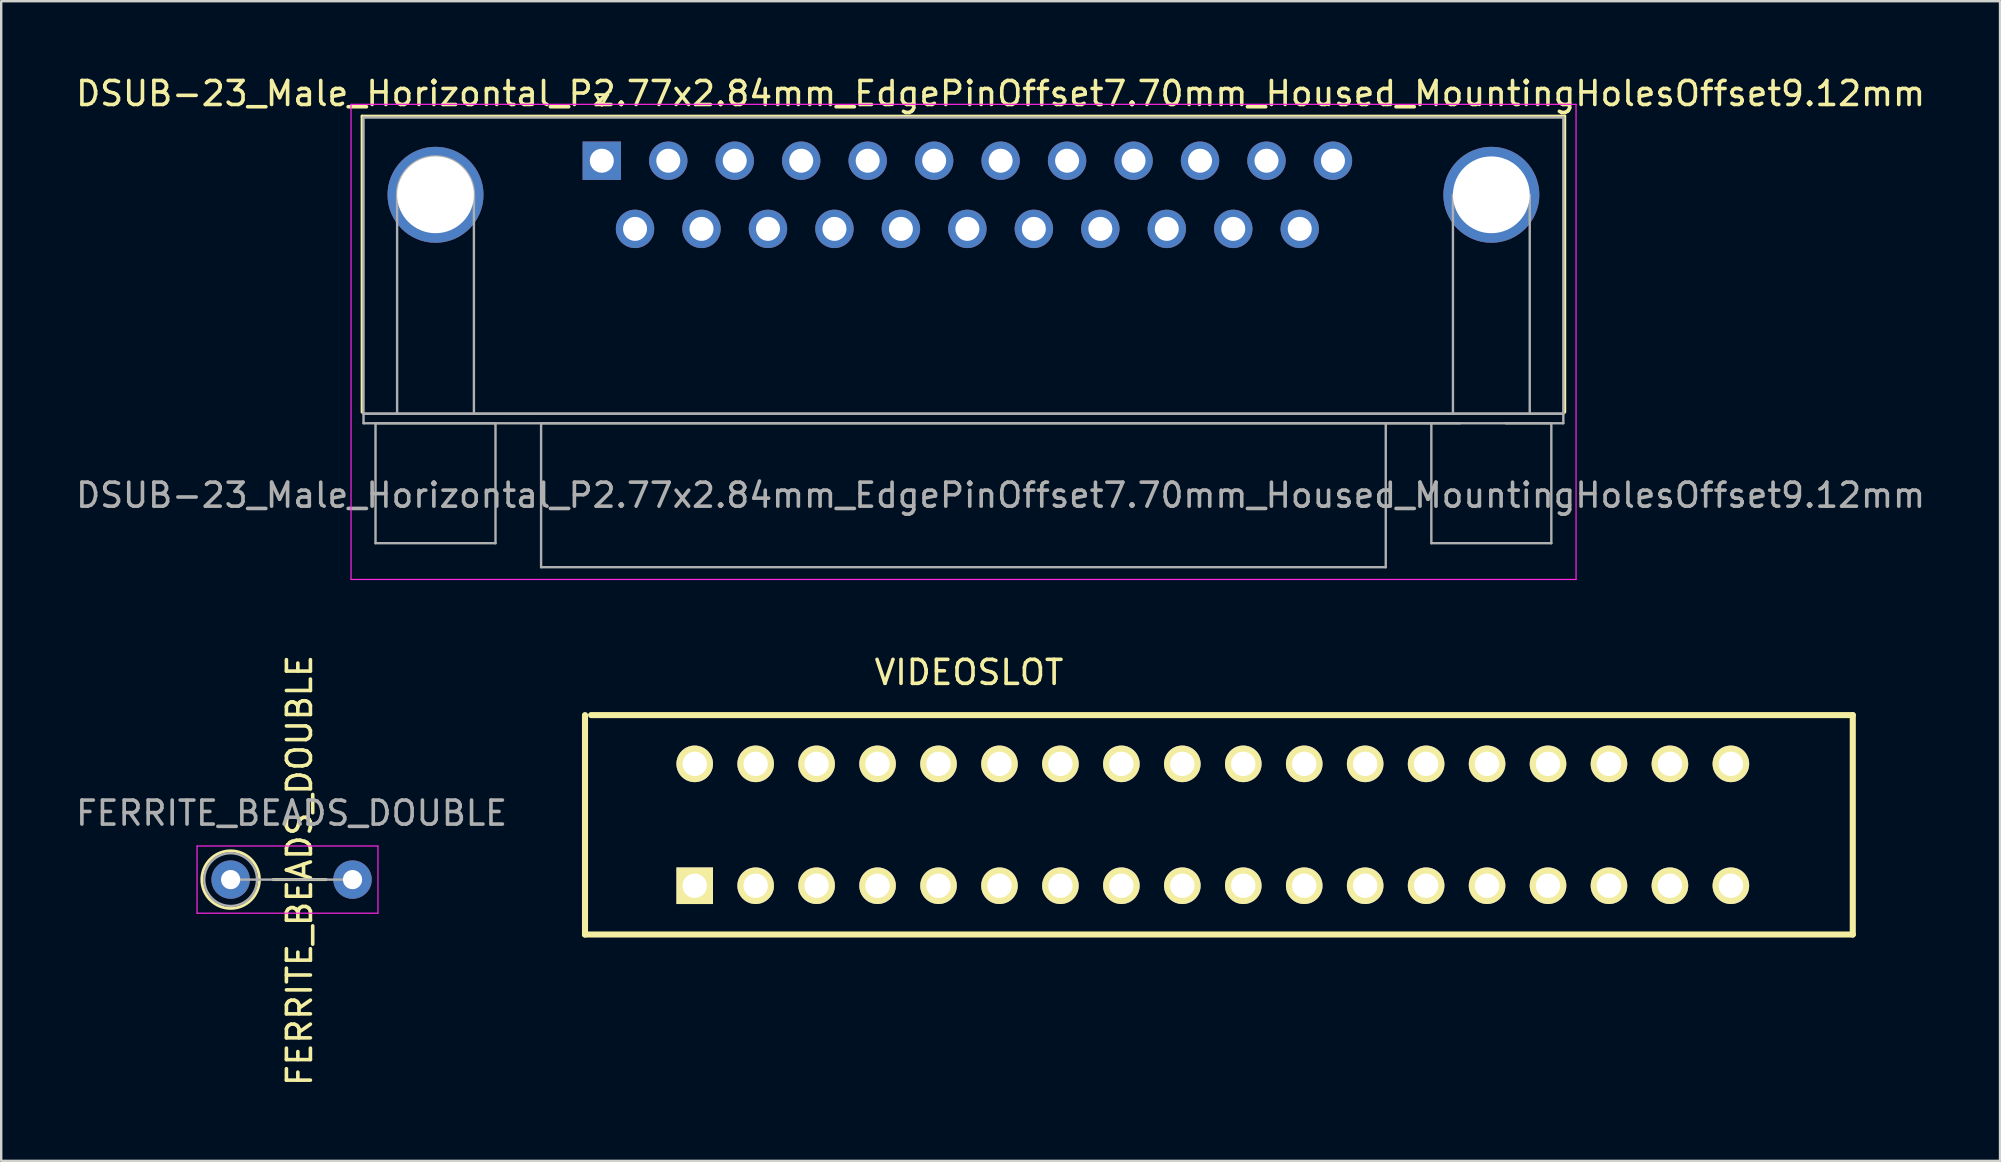
<source format=kicad_pcb>
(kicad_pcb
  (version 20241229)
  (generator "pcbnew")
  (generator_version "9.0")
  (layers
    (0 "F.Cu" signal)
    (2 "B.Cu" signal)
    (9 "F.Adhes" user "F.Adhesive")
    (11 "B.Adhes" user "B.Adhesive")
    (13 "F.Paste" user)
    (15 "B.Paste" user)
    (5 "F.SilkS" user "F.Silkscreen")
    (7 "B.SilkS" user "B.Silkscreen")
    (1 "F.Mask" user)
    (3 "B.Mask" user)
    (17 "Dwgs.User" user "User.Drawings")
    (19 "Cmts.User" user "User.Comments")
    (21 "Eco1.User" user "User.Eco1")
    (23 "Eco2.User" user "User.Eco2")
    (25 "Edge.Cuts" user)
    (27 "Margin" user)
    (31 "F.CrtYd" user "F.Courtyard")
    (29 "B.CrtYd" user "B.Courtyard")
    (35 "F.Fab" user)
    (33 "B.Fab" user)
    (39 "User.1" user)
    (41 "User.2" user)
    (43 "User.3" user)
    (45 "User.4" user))
  (footprint "FERRITE_BEADS_DOUBLE"
    (layer "F.Cu")
    (at 6.561 33.606)
    (property "Reference" "FERRITE_BEADS_DOUBLE" (at 2.87 -0.381 270) (layer "F.SilkS") (effects (font (size 1 1) (thickness 0.15))))
    (attr through_hole)
    (fp_line (start 1.77 0) (end 3.98 0) (stroke (width 0.12) (type solid)) (layer "F.SilkS"))
    (fp_circle (center 0 0) (end 1.2 0) (stroke (width 0.12) (type solid)) (fill no) (layer "F.SilkS"))
    (fp_line (start -1.4 -1.4) (end -1.4 1.4) (stroke (width 0.05) (type solid)) (layer "F.CrtYd"))
    (fp_line (start -1.4 1.4) (end 6.14 1.4) (stroke (width 0.05) (type solid)) (layer "F.CrtYd"))
    (fp_line (start 6.14 -1.4) (end -1.4 -1.4) (stroke (width 0.05) (type solid)) (layer "F.CrtYd"))
    (fp_line (start 6.14 1.4) (end 6.14 -1.4) (stroke (width 0.05) (type solid)) (layer "F.CrtYd"))
    (fp_line (start 0 0) (end 5.08 0) (stroke (width 0.1) (type solid)) (layer "F.Fab"))
    (fp_circle (center 0 0) (end 1.1 0) (stroke (width 0.1) (type solid)) (fill no) (layer "F.Fab"))
    (fp_text user "${REFERENCE}" (at 2.54 -2.77 0) (layer "F.Fab") (effects (font (size 1 1) (thickness 0.15))))
    (pad "1" thru_hole circle (at 0 0) (size 1.6 1.6) (drill 0.8) (layers "*.Cu" "*.Mask"))
    (pad "2" thru_hole oval (at 5.08 0) (size 1.6 1.6) (drill 0.8) (layers "*.Cu" "*.Mask")))
  (footprint "VIDEOSLOT"
    (layer "F.Cu")
    (at 51.301 28.782)
    (property "Reference" "VIDEOSLOT" (at -13.97 -3.81 0) (layer "F.SilkS") (effects (font (size 1 1) (thickness 0.15))))
    (attr through_hole)
    (fp_line (start -29.972 -2.032) (end -29.972 7.112) (stroke (width 0.254) (type solid)) (layer "F.SilkS"))
    (fp_line (start -29.718 -2.032) (end 22.86 -2.032) (stroke (width 0.254) (type solid)) (layer "F.SilkS"))
    (fp_line (start 22.86 -2.032) (end 22.86 7.112) (stroke (width 0.254) (type solid)) (layer "F.SilkS"))
    (fp_line (start 22.86 7.112) (end -29.972 7.112) (stroke (width 0.254) (type solid)) (layer "F.SilkS"))
    (pad "1" thru_hole rect (at -25.4 5.08 180) (size 1.524 1.524) (drill 1.016) (layers "*.Cu" "*.Mask" "F.SilkS"))
    (pad "2" thru_hole circle (at -25.4 0 180) (size 1.524 1.524) (drill 1.016) (layers "*.Cu" "*.Mask" "F.SilkS"))
    (pad "3" thru_hole circle (at -22.86 5.08 180) (size 1.524 1.524) (drill 1.016) (layers "*.Cu" "*.Mask" "F.SilkS"))
    (pad "4" thru_hole circle (at -22.86 0 180) (size 1.524 1.524) (drill 1.016) (layers "*.Cu" "*.Mask" "F.SilkS"))
    (pad "5" thru_hole circle (at -20.32 5.08 180) (size 1.524 1.524) (drill 1.016) (layers "*.Cu" "*.Mask" "F.SilkS"))
    (pad "6" thru_hole circle (at -20.32 0 180) (size 1.524 1.524) (drill 1.016) (layers "*.Cu" "*.Mask" "F.SilkS"))
    (pad "7" thru_hole circle (at -17.78 5.08 180) (size 1.524 1.524) (drill 1.016) (layers "*.Cu" "*.Mask" "F.SilkS"))
    (pad "8" thru_hole circle (at -17.78 0 180) (size 1.524 1.524) (drill 1.016) (layers "*.Cu" "*.Mask" "F.SilkS"))
    (pad "9" thru_hole circle (at -15.24 5.08 180) (size 1.524 1.524) (drill 1.016) (layers "*.Cu" "*.Mask" "F.SilkS"))
    (pad "10" thru_hole circle (at -15.24 0 180) (size 1.524 1.524) (drill 1.016) (layers "*.Cu" "*.Mask" "F.SilkS"))
    (pad "11" thru_hole circle (at -12.7 5.08 180) (size 1.524 1.524) (drill 1.016) (layers "*.Cu" "*.Mask" "F.SilkS"))
    (pad "12" thru_hole circle (at -12.7 0 180) (size 1.524 1.524) (drill 1.016) (layers "*.Cu" "*.Mask" "F.SilkS"))
    (pad "13" thru_hole circle (at -10.16 5.08 180) (size 1.524 1.524) (drill 1.016) (layers "*.Cu" "*.Mask" "F.SilkS"))
    (pad "14" thru_hole circle (at -10.16 0 180) (size 1.524 1.524) (drill 1.016) (layers "*.Cu" "*.Mask" "F.SilkS"))
    (pad "15" thru_hole circle (at -7.62 5.08 180) (size 1.524 1.524) (drill 1.016) (layers "*.Cu" "*.Mask" "F.SilkS"))
    (pad "16" thru_hole circle (at -7.62 0 180) (size 1.524 1.524) (drill 1.016) (layers "*.Cu" "*.Mask" "F.SilkS"))
    (pad "17" thru_hole circle (at -5.08 5.08 180) (size 1.524 1.524) (drill 1.016) (layers "*.Cu" "*.Mask" "F.SilkS"))
    (pad "18" thru_hole circle (at -5.08 0 180) (size 1.524 1.524) (drill 1.016) (layers "*.Cu" "*.Mask" "F.SilkS"))
    (pad "19" thru_hole circle (at -2.54 5.08 180) (size 1.524 1.524) (drill 1.016) (layers "*.Cu" "*.Mask" "F.SilkS"))
    (pad "20" thru_hole circle (at -2.54 0 180) (size 1.524 1.524) (drill 1.016) (layers "*.Cu" "*.Mask" "F.SilkS"))
    (pad "21" thru_hole circle (at 0 5.08 180) (size 1.524 1.524) (drill 1.016) (layers "*.Cu" "*.Mask" "F.SilkS"))
    (pad "22" thru_hole circle (at 0 0 180) (size 1.524 1.524) (drill 1.016) (layers "*.Cu" "*.Mask" "F.SilkS"))
    (pad "23" thru_hole circle (at 2.54 5.08 180) (size 1.524 1.524) (drill 1.016) (layers "*.Cu" "*.Mask" "F.SilkS"))
    (pad "24" thru_hole circle (at 2.54 0 180) (size 1.524 1.524) (drill 1.016) (layers "*.Cu" "*.Mask" "F.SilkS"))
    (pad "25" thru_hole circle (at 5.08 5.08 180) (size 1.524 1.524) (drill 1.016) (layers "*.Cu" "*.Mask" "F.SilkS"))
    (pad "26" thru_hole circle (at 5.08 0 180) (size 1.524 1.524) (drill 1.016) (layers "*.Cu" "*.Mask" "F.SilkS"))
    (pad "27" thru_hole circle (at 7.62 5.08 180) (size 1.524 1.524) (drill 1.016) (layers "*.Cu" "*.Mask" "F.SilkS"))
    (pad "28" thru_hole circle (at 7.62 0 180) (size 1.524 1.524) (drill 1.016) (layers "*.Cu" "*.Mask" "F.SilkS"))
    (pad "29" thru_hole circle (at 10.16 5.08 180) (size 1.524 1.524) (drill 1.016) (layers "*.Cu" "*.Mask" "F.SilkS"))
    (pad "30" thru_hole circle (at 10.16 0 180) (size 1.524 1.524) (drill 1.016) (layers "*.Cu" "*.Mask" "F.SilkS"))
    (pad "31" thru_hole circle (at 12.7 5.08 180) (size 1.524 1.524) (drill 1.016) (layers "*.Cu" "*.Mask" "F.SilkS"))
    (pad "32" thru_hole circle (at 12.7 0 180) (size 1.524 1.524) (drill 1.016) (layers "*.Cu" "*.Mask" "F.SilkS"))
    (pad "33" thru_hole circle (at 15.24 5.08 180) (size 1.524 1.524) (drill 1.016) (layers "*.Cu" "*.Mask" "F.SilkS"))
    (pad "34" thru_hole circle (at 15.24 0 180) (size 1.524 1.524) (drill 1.016) (layers "*.Cu" "*.Mask" "F.SilkS"))
    (pad "35" thru_hole circle (at 17.78 5.08 180) (size 1.524 1.524) (drill 1.016) (layers "*.Cu" "*.Mask" "F.SilkS"))
    (pad "36" thru_hole circle (at 17.78 0 180) (size 1.524 1.524) (drill 1.016) (layers "*.Cu" "*.Mask" "F.SilkS")))
  (footprint "DSUB-23_Male_Horizontal_P2.77x2.84mm_EdgePinOffset7.70mm_Housed_MountingHolesOffset9.12mm"
    (layer "F.Cu")
    (at 22.029 3.648)
    (property "Reference" "DSUB-23_Male_Horizontal_P2.77x2.84mm_EdgePinOffset7.70mm_Housed_MountingHolesOffset9.12mm" (at 16.62 -2.8 0) (layer "F.SilkS") (effects (font (size 1 1) (thickness 0.15))))
    (attr through_hole)
    (fp_line (start -9.99 -1.86) (end 40.13 -1.86) (stroke (width 0.12) (type solid)) (layer "F.SilkS"))
    (fp_line (start -9.99 10.48) (end -9.99 -1.86) (stroke (width 0.12) (type solid)) (layer "F.SilkS"))
    (fp_line (start -0.25 -2.754) (end 0.25 -2.754) (stroke (width 0.12) (type solid)) (layer "F.SilkS"))
    (fp_line (start 0 -2.321) (end -0.25 -2.754) (stroke (width 0.12) (type solid)) (layer "F.SilkS"))
    (fp_line (start 0.25 -2.754) (end 0 -2.321) (stroke (width 0.12) (type solid)) (layer "F.SilkS"))
    (fp_line (start 40.13 -1.86) (end 40.13 10.48) (stroke (width 0.12) (type solid)) (layer "F.SilkS"))
    (fp_line (start -10.45 -2.35) (end -10.45 17.45) (stroke (width 0.05) (type solid)) (layer "F.CrtYd"))
    (fp_line (start -10.45 17.45) (end 40.6 17.45) (stroke (width 0.05) (type solid)) (layer "F.CrtYd"))
    (fp_line (start 40.6 -2.35) (end -10.45 -2.35) (stroke (width 0.05) (type solid)) (layer "F.CrtYd"))
    (fp_line (start 40.6 17.45) (end 40.6 -2.35) (stroke (width 0.05) (type solid)) (layer "F.CrtYd"))
    (fp_line (start -9.93 -1.8) (end -9.93 10.54) (stroke (width 0.1) (type solid)) (layer "F.Fab"))
    (fp_line (start -9.93 10.54) (end -9.93 10.94) (stroke (width 0.1) (type solid)) (layer "F.Fab"))
    (fp_line (start -9.93 10.54) (end 40.07 10.54) (stroke (width 0.1) (type solid)) (layer "F.Fab"))
    (fp_line (start -9.93 10.94) (end 40.07 10.94) (stroke (width 0.1) (type solid)) (layer "F.Fab"))
    (fp_line (start -9.43 10.94) (end -9.43 15.94) (stroke (width 0.1) (type solid)) (layer "F.Fab"))
    (fp_line (start -9.43 15.94) (end -4.43 15.94) (stroke (width 0.1) (type solid)) (layer "F.Fab"))
    (fp_line (start -8.53 10.54) (end -8.53 1.42) (stroke (width 0.1) (type solid)) (layer "F.Fab"))
    (fp_line (start -5.33 10.54) (end -5.33 1.42) (stroke (width 0.1) (type solid)) (layer "F.Fab"))
    (fp_line (start -4.43 10.94) (end -9.43 10.94) (stroke (width 0.1) (type solid)) (layer "F.Fab"))
    (fp_line (start -4.43 15.94) (end -4.43 10.94) (stroke (width 0.1) (type solid)) (layer "F.Fab"))
    (fp_line (start -2.53 10.94) (end -2.53 16.94) (stroke (width 0.1) (type solid)) (layer "F.Fab"))
    (fp_line (start -2.53 16.94) (end 32.67 16.94) (stroke (width 0.1) (type solid)) (layer "F.Fab"))
    (fp_line (start 32.67 16.94) (end 32.67 10.94) (stroke (width 0.1) (type solid)) (layer "F.Fab"))
    (fp_line (start 34.57 10.94) (end 34.57 15.94) (stroke (width 0.1) (type solid)) (layer "F.Fab"))
    (fp_line (start 34.57 15.94) (end 39.57 15.94) (stroke (width 0.1) (type solid)) (layer "F.Fab"))
    (fp_line (start 35.47 10.54) (end 35.47 1.42) (stroke (width 0.1) (type solid)) (layer "F.Fab"))
    (fp_line (start 35.77 10.94) (end -2.53 10.94) (stroke (width 0.1) (type solid)) (layer "F.Fab"))
    (fp_line (start 38.67 10.54) (end 38.67 1.42) (stroke (width 0.1) (type solid)) (layer "F.Fab"))
    (fp_line (start 39.57 10.94) (end 37.67 10.94) (stroke (width 0.1) (type solid)) (layer "F.Fab"))
    (fp_line (start 39.57 15.94) (end 39.57 10.94) (stroke (width 0.1) (type solid)) (layer "F.Fab"))
    (fp_line (start 40.07 -1.8) (end -9.93 -1.8) (stroke (width 0.1) (type solid)) (layer "F.Fab"))
    (fp_line (start 40.07 10.54) (end -9.93 10.54) (stroke (width 0.1) (type solid)) (layer "F.Fab"))
    (fp_line (start 40.07 10.54) (end 40.07 -1.8) (stroke (width 0.1) (type solid)) (layer "F.Fab"))
    (fp_line (start 40.07 10.94) (end 40.07 10.54) (stroke (width 0.1) (type solid)) (layer "F.Fab"))
    (fp_arc (start -8.53 1.42) (mid -6.93 -0.18) (end -5.33 1.42) (stroke (width 0.1) (type solid)) (layer "F.Fab"))
    (fp_arc (start 38.57 1.42) (mid 37.07 2.92) (end 35.57 1.42) (stroke (width 0.1) (type solid)) (layer "F.Fab"))
    (fp_text user "${REFERENCE}" (at 16.62 13.94 0) (layer "F.Fab") (effects (font (size 1 1) (thickness 0.15))))
    (pad "0" thru_hole circle (at -6.93 1.42) (size 4 4) (drill 3.2) (layers "*.Cu" "*.Mask"))
    (pad "0" thru_hole circle (at 37.07 1.42) (size 4 4) (drill 3.2) (layers "*.Cu" "*.Mask"))
    (pad "1" thru_hole rect (at 0 0) (size 1.6 1.6) (drill 1) (layers "*.Cu" "*.Mask"))
    (pad "2" thru_hole circle (at 2.77 0) (size 1.6 1.6) (drill 1) (layers "*.Cu" "*.Mask"))
    (pad "3" thru_hole circle (at 5.54 0) (size 1.6 1.6) (drill 1) (layers "*.Cu" "*.Mask"))
    (pad "4" thru_hole circle (at 8.31 0) (size 1.6 1.6) (drill 1) (layers "*.Cu" "*.Mask"))
    (pad "5" thru_hole circle (at 11.08 0) (size 1.6 1.6) (drill 1) (layers "*.Cu" "*.Mask"))
    (pad "6" thru_hole circle (at 13.85 0) (size 1.6 1.6) (drill 1) (layers "*.Cu" "*.Mask"))
    (pad "7" thru_hole circle (at 16.62 0) (size 1.6 1.6) (drill 1) (layers "*.Cu" "*.Mask"))
    (pad "8" thru_hole circle (at 19.39 0) (size 1.6 1.6) (drill 1) (layers "*.Cu" "*.Mask"))
    (pad "9" thru_hole circle (at 22.16 0) (size 1.6 1.6) (drill 1) (layers "*.Cu" "*.Mask"))
    (pad "10" thru_hole circle (at 24.93 0) (size 1.6 1.6) (drill 1) (layers "*.Cu" "*.Mask"))
    (pad "11" thru_hole circle (at 27.7 0) (size 1.6 1.6) (drill 1) (layers "*.Cu" "*.Mask"))
    (pad "12" thru_hole circle (at 30.47 0) (size 1.6 1.6) (drill 1) (layers "*.Cu" "*.Mask"))
    (pad "13" thru_hole circle (at 1.385 2.84) (size 1.6 1.6) (drill 1) (layers "*.Cu" "*.Mask"))
    (pad "14" thru_hole circle (at 4.155 2.84) (size 1.6 1.6) (drill 1) (layers "*.Cu" "*.Mask"))
    (pad "15" thru_hole circle (at 6.925 2.84) (size 1.6 1.6) (drill 1) (layers "*.Cu" "*.Mask"))
    (pad "16" thru_hole circle (at 9.695 2.84) (size 1.6 1.6) (drill 1) (layers "*.Cu" "*.Mask"))
    (pad "17" thru_hole circle (at 12.465 2.84) (size 1.6 1.6) (drill 1) (layers "*.Cu" "*.Mask"))
    (pad "18" thru_hole circle (at 15.235 2.84) (size 1.6 1.6) (drill 1) (layers "*.Cu" "*.Mask"))
    (pad "19" thru_hole circle (at 18.005 2.84) (size 1.6 1.6) (drill 1) (layers "*.Cu" "*.Mask"))
    (pad "20" thru_hole circle (at 20.775 2.84) (size 1.6 1.6) (drill 1) (layers "*.Cu" "*.Mask"))
    (pad "21" thru_hole circle (at 23.545 2.84) (size 1.6 1.6) (drill 1) (layers "*.Cu" "*.Mask"))
    (pad "22" thru_hole circle (at 26.315 2.84) (size 1.6 1.6) (drill 1) (layers "*.Cu" "*.Mask"))
    (pad "23" thru_hole circle (at 29.085 2.84) (size 1.6 1.6) (drill 1) (layers "*.Cu" "*.Mask")))
  (gr_rect
    (start -3 -3)
    (end 80.298 45.326)
    (stroke (width 0.1) (type default))
    (fill no)
    (layer "Edge.Cuts")))
</source>
